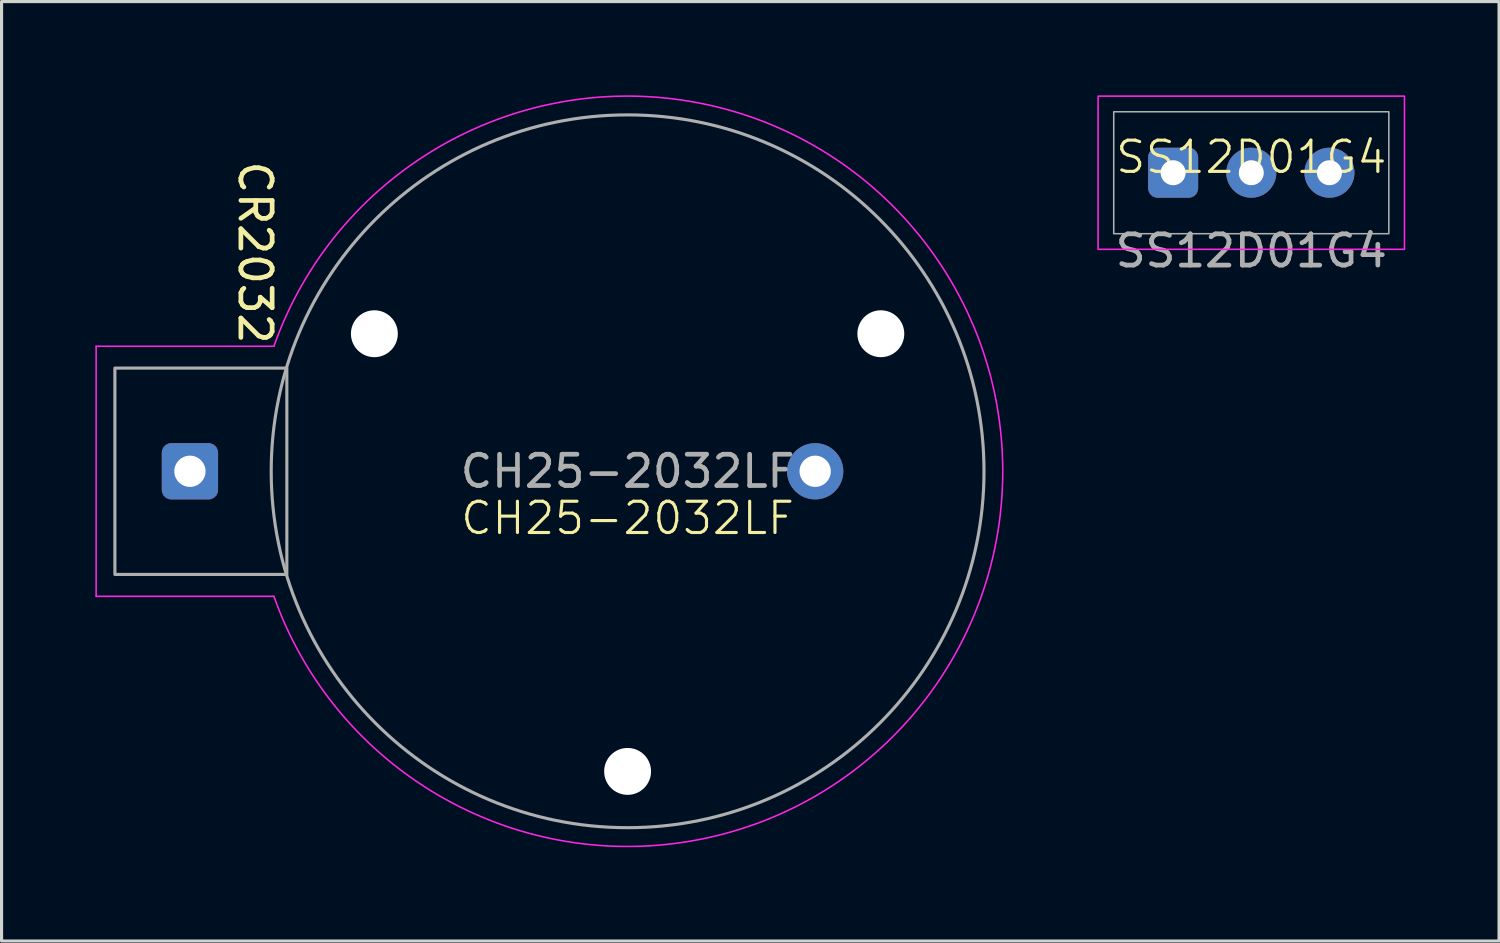
<source format=kicad_pcb>
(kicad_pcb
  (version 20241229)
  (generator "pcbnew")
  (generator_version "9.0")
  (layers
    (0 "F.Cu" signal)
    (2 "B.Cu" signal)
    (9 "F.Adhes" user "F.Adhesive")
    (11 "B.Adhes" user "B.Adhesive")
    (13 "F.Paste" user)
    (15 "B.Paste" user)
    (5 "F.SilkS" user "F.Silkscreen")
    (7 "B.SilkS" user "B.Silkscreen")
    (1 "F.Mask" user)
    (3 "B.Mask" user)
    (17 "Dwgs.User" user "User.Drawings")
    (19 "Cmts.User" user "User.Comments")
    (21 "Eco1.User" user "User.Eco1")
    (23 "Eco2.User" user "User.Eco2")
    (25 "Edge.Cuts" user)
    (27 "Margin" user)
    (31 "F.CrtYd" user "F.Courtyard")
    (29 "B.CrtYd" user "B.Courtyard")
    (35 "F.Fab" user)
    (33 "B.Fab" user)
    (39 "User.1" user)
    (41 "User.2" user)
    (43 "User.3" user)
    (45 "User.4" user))
  (footprint "CH25-2032LF"
    (layer "F.Cu")
    (at 3.025 12.025)
    (property "Reference" "CH25-2032LF" (at 14 1.5 0) (unlocked yes) (layer "F.SilkS") (effects (font (size 1 1) (thickness 0.1))))
    (attr smd)
    (fp_line (start -3 -4) (end -3 4) (stroke (width 0.05) (type default)) (layer "F.CrtYd"))
    (fp_line (start -3 4) (end 2.686 4) (stroke (width 0.05) (type default)) (layer "F.CrtYd"))
    (fp_line (start 2.686 -4) (end -3 -4) (stroke (width 0.05) (type default)) (layer "F.CrtYd"))
    (fp_arc (start 2.686292 -4) (mid 26 0) (end 2.686292 4) (stroke (width 0.05) (type default)) (layer "F.CrtYd"))
    (fp_rect (start -2.4 -3.3) (end 3.1 3.3) (stroke (width 0.1) (type default)) (fill no) (layer "F.Fab"))
    (fp_circle (center 14 0) (end 14 11.4) (stroke (width 0.1) (type solid)) (fill no) (layer "F.Fab"))
    (fp_text user "CR2032" (at 1.5 -10 270) (unlocked yes) (layer "F.SilkS") (effects (font (size 1 1) (thickness 0.15)) (justify left bottom)))
    (fp_text user "${REFERENCE}" (at 14 0 0) (unlocked yes) (layer "F.Fab") (effects (font (size 1 1) (thickness 0.15))))
    (pad "" np_thru_hole circle (at 5.9 -4.4 270) (size 1.5 1.5) (drill 1.5) (layers "*.Cu"))
    (pad "" np_thru_hole circle (at 14 9.6 270) (size 1.5 1.5) (drill 1.5) (layers "*.Cu"))
    (pad "" np_thru_hole circle (at 22.1 -4.4 270) (size 1.5 1.5) (drill 1.5) (layers "*.Cu"))
    (pad "1" thru_hole roundrect (at 0 0 270) (size 1.8 1.8) (drill 1) (layers "*.Cu" "*.Mask") (roundrect_rratio 0.167))
    (pad "2" thru_hole circle (at 20 0 270) (size 1.8 1.8) (drill 1) (layers "*.Cu" "*.Mask")))
  (footprint "SS12D01G4"
    (layer "F.Cu")
    (at 36.975 2.475)
    (property "Reference" "SS12D01G4" (at 0 -0.5 0) (unlocked yes) (layer "F.SilkS") (effects (font (size 1 1) (thickness 0.1))))
    (attr smd)
    (fp_rect (start -4.9 -2.45) (end 4.9 2.45) (stroke (width 0.05) (type solid)) (fill no) (layer "F.CrtYd"))
    (fp_rect (start -4.4 -1.95) (end 4.4 1.95) (stroke (width 0.05) (type solid)) (fill no) (layer "F.Fab"))
    (fp_text user "${REFERENCE}" (at 0 2.5 0) (unlocked yes) (layer "F.Fab") (effects (font (size 1 1) (thickness 0.15))))
    (pad "1" thru_hole roundrect (at -2.5 0) (size 1.6 1.6) (drill 0.8) (layers "*.Cu" "*.Mask") (roundrect_rratio 0.188))
    (pad "2" thru_hole circle (at 0 0) (size 1.6 1.6) (drill 0.8) (layers "*.Cu" "*.Mask"))
    (pad "3" thru_hole circle (at 2.5 0) (size 1.6 1.6) (drill 0.8) (layers "*.Cu" "*.Mask")))
  (gr_rect
    (start -3 -3)
    (end 44.9 27.05)
    (stroke (width 0.1) (type default))
    (fill no)
    (layer "Edge.Cuts")))
</source>
